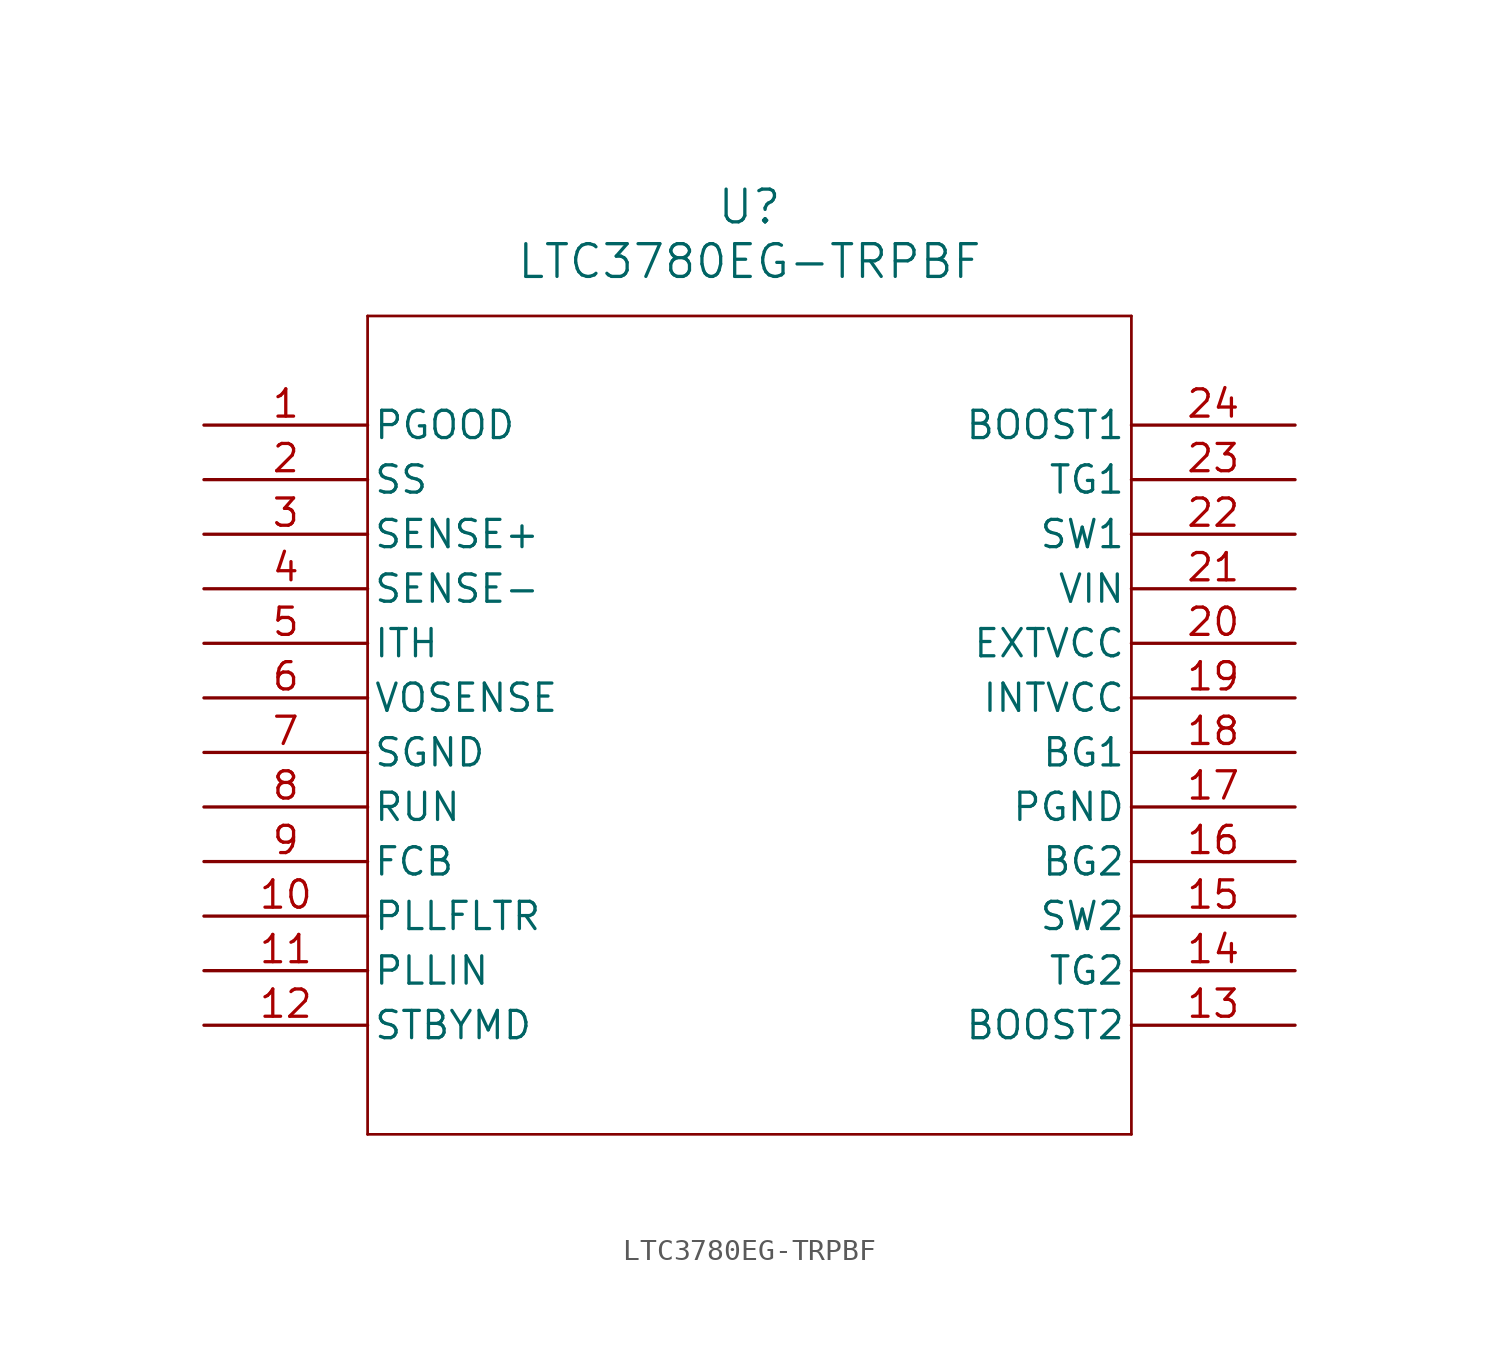
<source format=kicad_sym>
(kicad_symbol_lib
  (version 20211014)
  (generator kicad_symbol_editor)
  (symbol "LTC3780EG-TRPBF"
    (pin_names
      (offset 0.254))
    (property "Reference" "U"
      (at 25.4 10.16 0)
      (effects (font (size 1.524 1.524))))
    (property "Value" "LTC3780EG-TRPBF"
      (at 25.4 7.62 0)
      (effects (font (size 1.524 1.524))))
    (symbol "LTC3780EG-TRPBF_0_1"
      (polyline (pts (xy 7.62 5.08) (xy 7.62 -33.02)) (stroke (width .127) (type default) (color 0 0 0 0)) (fill (type none)))
      (polyline (pts (xy 7.62 -33.02) (xy 43.18 -33.02)) (stroke (width .127) (type default) (color 0 0 0 0)) (fill (type none)))
      (polyline (pts (xy 43.18 -33.02) (xy 43.18 5.08)) (stroke (width .127) (type default) (color 0 0 0 0)) (fill (type none)))
      (polyline (pts (xy 43.18 5.08) (xy 7.62 5.08)) (stroke (width .127) (type default) (color 0 0 0 0)) (fill (type none)))
      (pin output line (at 0 0 0) (length 7.62) (name "PGOOD" (effects (font (size 1.27 1.27)))) (number "1" (effects (font (size 1.27 1.27)))))
      (pin input line (at 0 -2.54 0) (length 7.62) (name "SS" (effects (font (size 1.27 1.27)))) (number "2" (effects (font (size 1.27 1.27)))))
      (pin input line (at 0 -5.08 0) (length 7.62) (name "SENSE+" (effects (font (size 1.27 1.27)))) (number "3" (effects (font (size 1.27 1.27)))))
      (pin input line (at 0 -7.62 0) (length 7.62) (name "SENSE-" (effects (font (size 1.27 1.27)))) (number "4" (effects (font (size 1.27 1.27)))))
      (pin unspecified line (at 0 -10.16 0) (length 7.62) (name "ITH" (effects (font (size 1.27 1.27)))) (number "5" (effects (font (size 1.27 1.27)))))
      (pin input line (at 0 -12.7 0) (length 7.62) (name "VOSENSE" (effects (font (size 1.27 1.27)))) (number "6" (effects (font (size 1.27 1.27)))))
      (pin power_in line (at 0 -15.24 0) (length 7.62) (name "SGND" (effects (font (size 1.27 1.27)))) (number "7" (effects (font (size 1.27 1.27)))))
      (pin input line (at 0 -17.78 0) (length 7.62) (name "RUN" (effects (font (size 1.27 1.27)))) (number "8" (effects (font (size 1.27 1.27)))))
      (pin input line (at 0 -20.32 0) (length 7.62) (name "FCB" (effects (font (size 1.27 1.27)))) (number "9" (effects (font (size 1.27 1.27)))))
      (pin unspecified line (at 0 -22.86 0) (length 7.62) (name "PLLFLTR" (effects (font (size 1.27 1.27)))) (number "10" (effects (font (size 1.27 1.27)))))
      (pin input line (at 0 -25.4 0) (length 7.62) (name "PLLIN" (effects (font (size 1.27 1.27)))) (number "11" (effects (font (size 1.27 1.27)))))
      (pin unspecified line (at 0 -27.94 0) (length 7.62) (name "STBYMD" (effects (font (size 1.27 1.27)))) (number "12" (effects (font (size 1.27 1.27)))))
      (pin unspecified line (at 50.8 -27.94 180) (length 7.62) (name "BOOST2" (effects (font (size 1.27 1.27)))) (number "13" (effects (font (size 1.27 1.27)))))
      (pin unspecified line (at 50.8 -25.4 180) (length 7.62) (name "TG2" (effects (font (size 1.27 1.27)))) (number "14" (effects (font (size 1.27 1.27)))))
      (pin unspecified line (at 50.8 -22.86 180) (length 7.62) (name "SW2" (effects (font (size 1.27 1.27)))) (number "15" (effects (font (size 1.27 1.27)))))
      (pin unspecified line (at 50.8 -20.32 180) (length 7.62) (name "BG2" (effects (font (size 1.27 1.27)))) (number "16" (effects (font (size 1.27 1.27)))))
      (pin power_in line (at 50.8 -17.78 180) (length 7.62) (name "PGND" (effects (font (size 1.27 1.27)))) (number "17" (effects (font (size 1.27 1.27)))))
      (pin unspecified line (at 50.8 -15.24 180) (length 7.62) (name "BG1" (effects (font (size 1.27 1.27)))) (number "18" (effects (font (size 1.27 1.27)))))
      (pin output line (at 50.8 -12.7 180) (length 7.62) (name "INTVCC" (effects (font (size 1.27 1.27)))) (number "19" (effects (font (size 1.27 1.27)))))
      (pin input line (at 50.8 -10.16 180) (length 7.62) (name "EXTVCC" (effects (font (size 1.27 1.27)))) (number "20" (effects (font (size 1.27 1.27)))))
      (pin input line (at 50.8 -7.62 180) (length 7.62) (name "VIN" (effects (font (size 1.27 1.27)))) (number "21" (effects (font (size 1.27 1.27)))))
      (pin unspecified line (at 50.8 -5.08 180) (length 7.62) (name "SW1" (effects (font (size 1.27 1.27)))) (number "22" (effects (font (size 1.27 1.27)))))
      (pin unspecified line (at 50.8 -2.54 180) (length 7.62) (name "TG1" (effects (font (size 1.27 1.27)))) (number "23" (effects (font (size 1.27 1.27)))))
      (pin unspecified line (at 50.8 0 180) (length 7.62) (name "BOOST1" (effects (font (size 1.27 1.27)))) (number "24" (effects (font (size 1.27 1.27))))))))
</source>
